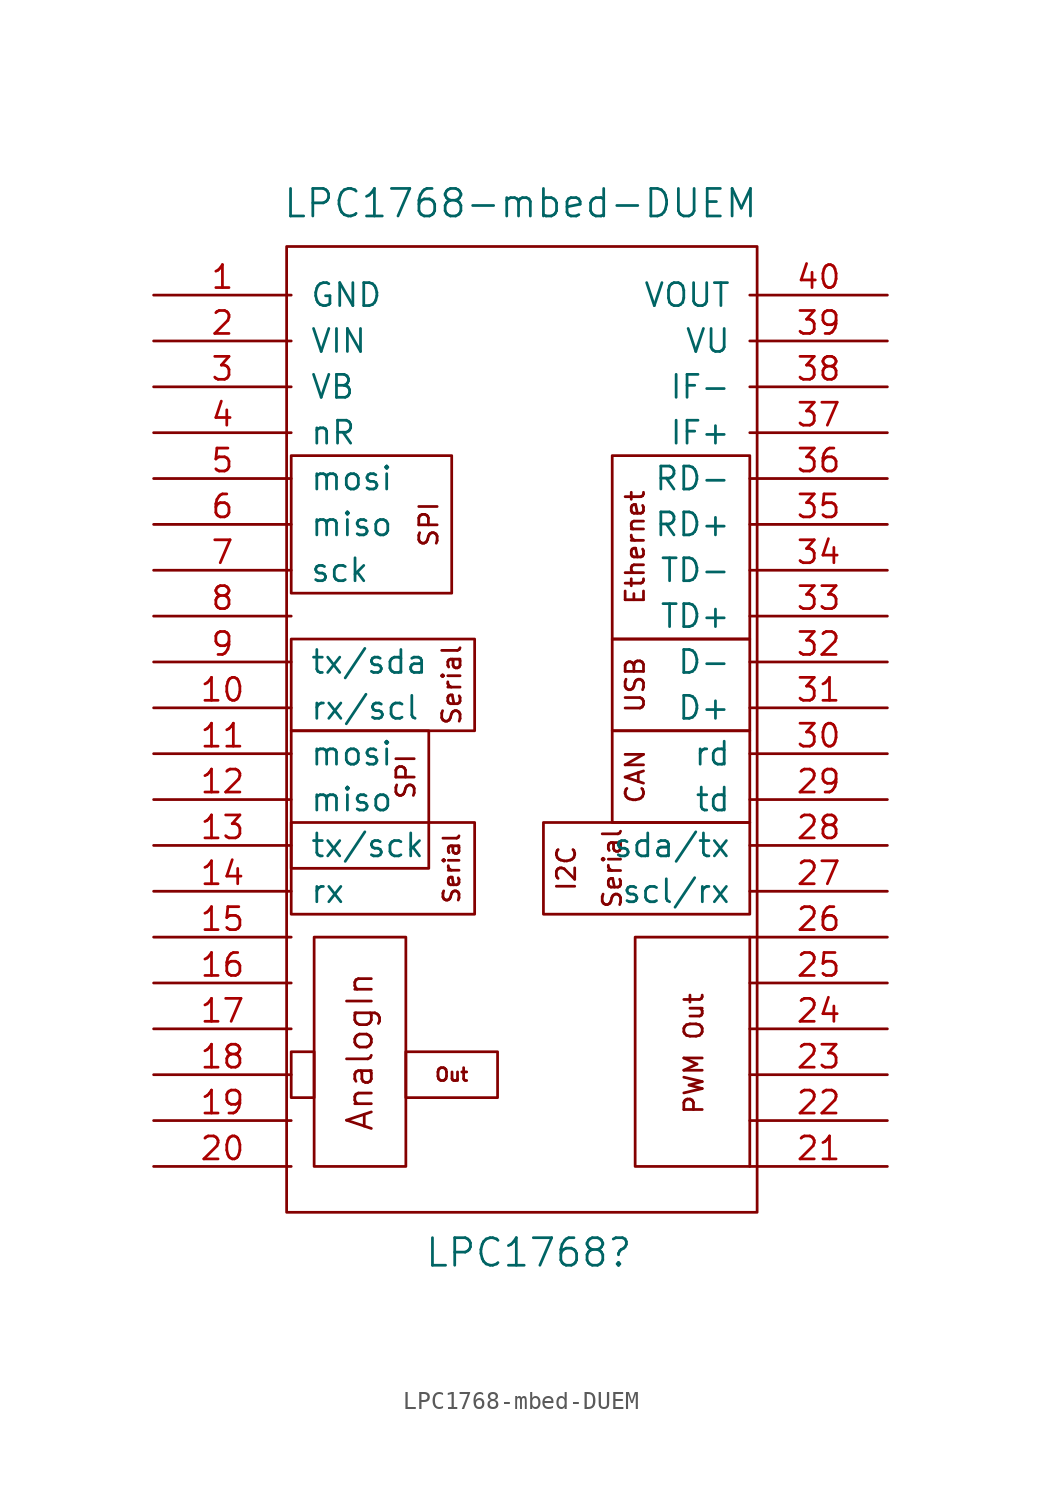
<source format=kicad_sym>
(kicad_symbol_lib
  (version 20211014)
  (generator kicad_symbol_editor)
  (symbol "LPC1768-mbed-DUEM"
    (pin_names
      (offset 1.016))
    (property "Reference" "LPC1768"
      (at 0.457 -28.905 0)
      (effects (font (size 1.524 1.524))))
    (property "Value" "LPC1768-mbed-DUEM"
      (at 0 29.21 0)
      (effects (font (size 1.524 1.524))))
    (symbol "LPC1768-mbed-DUEM_0_0"
      (rectangle (start -12.7 -5.08) (end -2.54 -10.16) (stroke (width 0) (type default) (color 0 0 0 0)) (fill (type none)))
      (rectangle (start -12.7 0) (end -5.08 -7.62) (stroke (width 0) (type default) (color 0 0 0 0)) (fill (type none)))
      (rectangle (start -12.7 5.08) (end -2.54 0) (stroke (width 0) (type default) (color 0 0 0 0)) (fill (type none)))
      (rectangle (start -12.7 15.24) (end -3.81 7.62) (stroke (width 0) (type default) (color 0 0 0 0)) (fill (type none)))
      (rectangle (start -11.43 -17.78) (end -12.7 -20.32) (stroke (width 0) (type default) (color 0 0 0 0)) (fill (type none)))
      (rectangle (start -11.43 -11.43) (end -6.35 -24.13) (stroke (width 0) (type default) (color 0 0 0 0)) (fill (type none)))
      (rectangle (start -6.35 -17.78) (end -1.27 -20.32) (stroke (width 0) (type default) (color 0 0 0 0)) (fill (type none)))
      (rectangle (start 12.7 -11.43) (end 6.35 -24.13) (stroke (width 0) (type default) (color 0 0 0 0)) (fill (type none)))
      (rectangle (start 12.7 -5.08) (end 1.27 -10.16) (stroke (width 0) (type default) (color 0 0 0 0)) (fill (type none)))
      (rectangle (start 12.7 0) (end 5.08 -5.08) (stroke (width 0) (type default) (color 0 0 0 0)) (fill (type none)))
      (text "AnalogIn" (at -8.89 -17.78 900) (effects (font (size 1.372 1.372))))
      (text "CAN" (at 6.35 -2.54 900) (effects (font (size 1.016 1.016))))
      (text "Ethernet" (at 6.35 10.16 900) (effects (font (size 1.016 1.016))))
      (text "I2C" (at 2.54 -7.62 900) (effects (font (size 1.016 1.016))))
      (text "Out" (at -3.81 -19.05 0) (effects (font (size 0.711 0.711))))
      (text "PWM Out" (at 9.601 -17.882 900) (effects (font (size 1.016 1.016))))
      (text "Serial" (at -3.81 -7.62 900) (effects (font (size 0.889 0.889))))
      (text "Serial" (at -3.81 2.54 900) (effects (font (size 1.016 1.016))))
      (text "Serial" (at 5.08 -7.62 900) (effects (font (size 1.016 1.016))))
      (text "SPI" (at -6.35 -2.54 900) (effects (font (size 1.016 1.016))))
      (text "SPI" (at -5.08 11.43 900) (effects (font (size 1.016 1.016))))
      (text "USB" (at 6.35 2.54 900) (effects (font (size 1.016 1.016)))))
    (symbol "LPC1768-mbed-DUEM_0_1"
      (rectangle (start -12.954 26.822) (end 13.106 -26.67) (stroke (width 0) (type default) (color 0 0 0 0)) (fill (type none)))
      (rectangle (start 12.7 5.08) (end 5.08 0) (stroke (width 0) (type default) (color 0 0 0 0)) (fill (type none)))
      (rectangle (start 12.7 15.24) (end 5.08 5.08) (stroke (width 0) (type default) (color 0 0 0 0)) (fill (type none))))
    (symbol "LPC1768-mbed-DUEM_1_1"
      (pin power_out line (at -20.32 24.13 0) (length 7.62) (name "GND" (effects (font (size 1.27 1.27)))) (number "1" (effects (font (size 1.27 1.27)))))
      (pin input line (at -20.32 1.27 0) (length 7.62) (name "rx/scl" (effects (font (size 1.27 1.27)))) (number "10" (effects (font (size 1.27 1.27)))))
      (pin output line (at -20.32 -1.27 0) (length 7.62) (name "mosi" (effects (font (size 1.27 1.27)))) (number "11" (effects (font (size 1.27 1.27)))))
      (pin input line (at -20.32 -3.81 0) (length 7.62) (name "miso" (effects (font (size 1.27 1.27)))) (number "12" (effects (font (size 1.27 1.27)))))
      (pin output line (at -20.32 -6.35 0) (length 7.62) (name "tx/sck" (effects (font (size 1.27 1.27)))) (number "13" (effects (font (size 1.27 1.27)))))
      (pin input line (at -20.32 -8.89 0) (length 7.62) (name "rx" (effects (font (size 1.27 1.27)))) (number "14" (effects (font (size 1.27 1.27)))))
      (pin input line (at -20.32 -11.43 0) (length 7.62) (name "~" (effects (font (size 1.27 1.27)))) (number "15" (effects (font (size 1.27 1.27)))))
      (pin input line (at -20.32 -13.97 0) (length 7.62) (name "~" (effects (font (size 1.27 1.27)))) (number "16" (effects (font (size 1.27 1.27)))))
      (pin input line (at -20.32 -16.51 0) (length 7.62) (name "~" (effects (font (size 1.27 1.27)))) (number "17" (effects (font (size 1.27 1.27)))))
      (pin input line (at -20.32 -19.05 0) (length 7.62) (name "~" (effects (font (size 1.27 1.27)))) (number "18" (effects (font (size 1.27 1.27)))))
      (pin input line (at -20.32 -21.59 0) (length 7.62) (name "~" (effects (font (size 1.27 1.27)))) (number "19" (effects (font (size 1.27 1.27)))))
      (pin power_in line (at -20.32 21.59 0) (length 7.62) (name "VIN" (effects (font (size 1.27 1.27)))) (number "2" (effects (font (size 1.27 1.27)))))
      (pin input line (at -20.32 -24.13 0) (length 7.62) (name "~" (effects (font (size 1.27 1.27)))) (number "20" (effects (font (size 1.27 1.27)))))
      (pin output line (at 20.32 -24.13 180) (length 7.62) (name "~" (effects (font (size 1.27 1.27)))) (number "21" (effects (font (size 1.27 1.27)))))
      (pin output line (at 20.32 -21.59 180) (length 7.62) (name "~" (effects (font (size 1.27 1.27)))) (number "22" (effects (font (size 1.27 1.27)))))
      (pin output line (at 20.32 -19.05 180) (length 7.62) (name "~" (effects (font (size 1.27 1.27)))) (number "23" (effects (font (size 1.27 1.27)))))
      (pin output line (at 20.32 -16.51 180) (length 7.62) (name "~" (effects (font (size 1.27 1.27)))) (number "24" (effects (font (size 1.27 1.27)))))
      (pin output line (at 20.32 -13.97 180) (length 7.62) (name "~" (effects (font (size 1.27 1.27)))) (number "25" (effects (font (size 1.27 1.27)))))
      (pin output line (at 20.32 -11.43 180) (length 7.62) (name "~" (effects (font (size 1.27 1.27)))) (number "26" (effects (font (size 1.27 1.27)))))
      (pin input line (at 20.32 -8.89 180) (length 7.62) (name "scl/rx" (effects (font (size 1.27 1.27)))) (number "27" (effects (font (size 1.27 1.27)))))
      (pin output line (at 20.32 -6.35 180) (length 7.62) (name "sda/tx" (effects (font (size 1.27 1.27)))) (number "28" (effects (font (size 1.27 1.27)))))
      (pin output line (at 20.32 -3.81 180) (length 7.62) (name "td" (effects (font (size 1.27 1.27)))) (number "29" (effects (font (size 1.27 1.27)))))
      (pin power_out line (at -20.32 19.05 0) (length 7.62) (name "VB" (effects (font (size 1.27 1.27)))) (number "3" (effects (font (size 1.27 1.27)))))
      (pin input line (at 20.32 -1.27 180) (length 7.62) (name "rd" (effects (font (size 1.27 1.27)))) (number "30" (effects (font (size 1.27 1.27)))))
      (pin bidirectional line (at 20.32 1.27 180) (length 7.62) (name "D+" (effects (font (size 1.27 1.27)))) (number "31" (effects (font (size 1.27 1.27)))))
      (pin bidirectional line (at 20.32 3.81 180) (length 7.62) (name "D-" (effects (font (size 1.27 1.27)))) (number "32" (effects (font (size 1.27 1.27)))))
      (pin power_out line (at 20.32 6.35 180) (length 7.62) (name "TD+" (effects (font (size 1.27 1.27)))) (number "33" (effects (font (size 1.27 1.27)))))
      (pin bidirectional line (at 20.32 8.89 180) (length 7.62) (name "TD-" (effects (font (size 1.27 1.27)))) (number "34" (effects (font (size 1.27 1.27)))))
      (pin bidirectional line (at 20.32 11.43 180) (length 7.62) (name "RD+" (effects (font (size 1.27 1.27)))) (number "35" (effects (font (size 1.27 1.27)))))
      (pin output line (at 20.32 13.97 180) (length 7.62) (name "RD-" (effects (font (size 1.27 1.27)))) (number "36" (effects (font (size 1.27 1.27)))))
      (pin power_out line (at 20.32 16.51 180) (length 7.62) (name "IF+" (effects (font (size 1.27 1.27)))) (number "37" (effects (font (size 1.27 1.27)))))
      (pin power_out line (at 20.32 19.05 180) (length 7.62) (name "IF-" (effects (font (size 1.27 1.27)))) (number "38" (effects (font (size 1.27 1.27)))))
      (pin power_out line (at 20.32 21.59 180) (length 7.62) (name "VU" (effects (font (size 1.27 1.27)))) (number "39" (effects (font (size 1.27 1.27)))))
      (pin input line (at -20.32 16.51 0) (length 7.62) (name "nR" (effects (font (size 1.27 1.27)))) (number "4" (effects (font (size 1.27 1.27)))))
      (pin power_out line (at 20.32 24.13 180) (length 7.62) (name "VOUT" (effects (font (size 1.27 1.27)))) (number "40" (effects (font (size 1.27 1.27)))))
      (pin bidirectional line (at -20.32 13.97 0) (length 7.62) (name "mosi" (effects (font (size 1.27 1.27)))) (number "5" (effects (font (size 1.27 1.27)))))
      (pin bidirectional line (at -20.32 11.43 0) (length 7.62) (name "miso" (effects (font (size 1.27 1.27)))) (number "6" (effects (font (size 1.27 1.27)))))
      (pin bidirectional line (at -20.32 8.89 0) (length 7.62) (name "sck" (effects (font (size 1.27 1.27)))) (number "7" (effects (font (size 1.27 1.27)))))
      (pin bidirectional line (at -20.32 6.35 0) (length 7.62) (name "~" (effects (font (size 1.27 1.27)))) (number "8" (effects (font (size 1.27 1.27)))))
      (pin output line (at -20.32 3.81 0) (length 7.62) (name "tx/sda" (effects (font (size 1.27 1.27)))) (number "9" (effects (font (size 1.27 1.27))))))))
</source>
